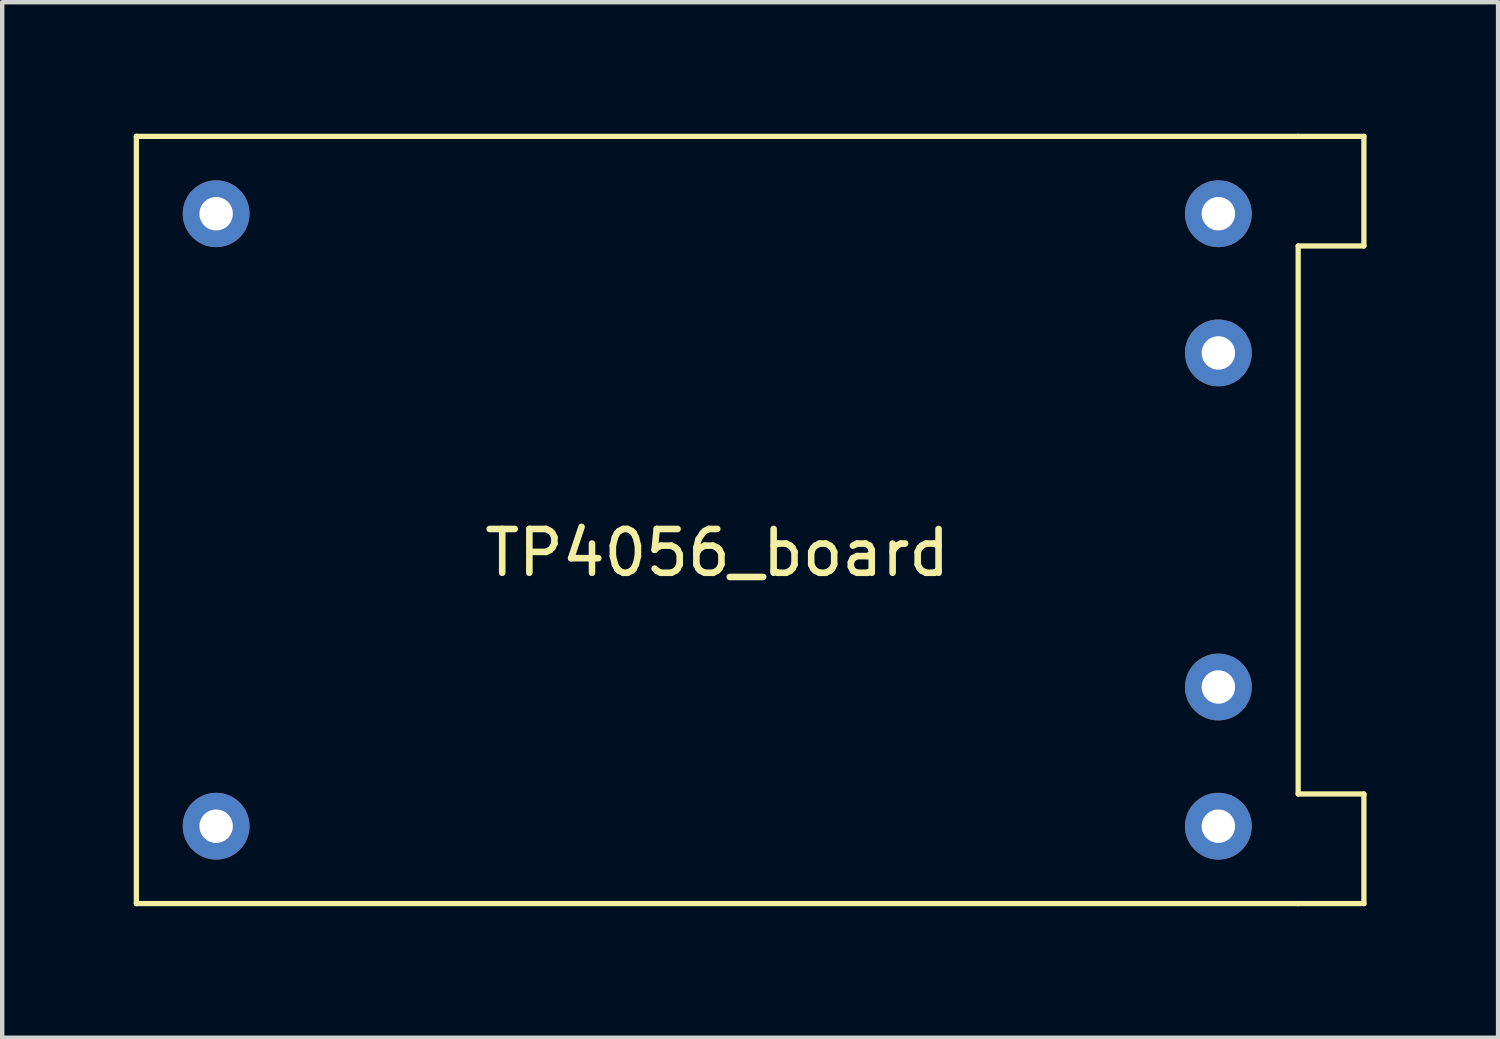
<source format=kicad_pcb>
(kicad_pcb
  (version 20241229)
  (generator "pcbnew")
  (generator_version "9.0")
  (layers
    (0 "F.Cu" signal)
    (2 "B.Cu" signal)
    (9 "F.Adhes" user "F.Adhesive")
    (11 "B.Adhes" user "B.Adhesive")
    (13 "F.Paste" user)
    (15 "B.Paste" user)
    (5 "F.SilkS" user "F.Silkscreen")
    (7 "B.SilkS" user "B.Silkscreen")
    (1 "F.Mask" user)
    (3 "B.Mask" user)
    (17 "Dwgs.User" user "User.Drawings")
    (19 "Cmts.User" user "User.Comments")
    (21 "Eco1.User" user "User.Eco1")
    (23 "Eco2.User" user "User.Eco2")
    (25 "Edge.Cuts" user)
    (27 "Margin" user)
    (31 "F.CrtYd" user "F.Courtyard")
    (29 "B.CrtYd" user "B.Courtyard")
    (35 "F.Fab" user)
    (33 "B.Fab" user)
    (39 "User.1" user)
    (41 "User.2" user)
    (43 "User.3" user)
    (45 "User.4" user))
  (footprint "TP4056_board"
    (layer "F.Cu")
    (at 13.31 8.81)
    (property "Reference" "TP4056_board" (at 0 0.75 0) (layer "F.SilkS") (effects (font (size 1 1) (thickness 0.15))))
    (attr through_hole)
    (fp_line (start -13.25 -8.75) (end 13.25 -8.75) (stroke (width 0.12) (type solid)) (layer "F.SilkS"))
    (fp_line (start -13.25 8.75) (end -13.25 -8.75) (stroke (width 0.12) (type solid)) (layer "F.SilkS"))
    (fp_line (start 13.25 -8.75) (end 14.75 -8.75) (stroke (width 0.12) (type solid)) (layer "F.SilkS"))
    (fp_line (start 13.25 -6.25) (end 13.25 6.25) (stroke (width 0.12) (type solid)) (layer "F.SilkS"))
    (fp_line (start 13.25 8.75) (end -13.25 8.75) (stroke (width 0.12) (type solid)) (layer "F.SilkS"))
    (fp_line (start 13.25 8.75) (end 14.75 8.75) (stroke (width 0.12) (type solid)) (layer "F.SilkS"))
    (fp_line (start 14.75 -8.75) (end 14.75 -6.25) (stroke (width 0.12) (type solid)) (layer "F.SilkS"))
    (fp_line (start 14.75 -6.25) (end 13.25 -6.25) (stroke (width 0.12) (type solid)) (layer "F.SilkS"))
    (fp_line (start 14.75 6.25) (end 13.25 6.25) (stroke (width 0.12) (type solid)) (layer "F.SilkS"))
    (fp_line (start 14.75 8.75) (end 14.75 6.25) (stroke (width 0.12) (type solid)) (layer "F.SilkS"))
    (pad "1" thru_hole circle (at -11.43 -6.985) (size 1.524 1.524) (drill 0.762) (layers "*.Cu" "*.Mask"))
    (pad "2" thru_hole circle (at -11.43 6.985) (size 1.524 1.524) (drill 0.762) (layers "*.Cu" "*.Mask"))
    (pad "3" thru_hole circle (at 11.43 -6.985) (size 1.524 1.524) (drill 0.762) (layers "*.Cu" "*.Mask"))
    (pad "4" thru_hole circle (at 11.43 -3.81) (size 1.524 1.524) (drill 0.762) (layers "*.Cu" "*.Mask"))
    (pad "5" thru_hole circle (at 11.43 3.81) (size 1.524 1.524) (drill 0.762) (layers "*.Cu" "*.Mask"))
    (pad "6" thru_hole circle (at 11.43 6.985) (size 1.524 1.524) (drill 0.762) (layers "*.Cu" "*.Mask")))
  (gr_rect
    (start -3 -3)
    (end 31.12 20.62)
    (stroke (width 0.1) (type default))
    (fill no)
    (layer "Edge.Cuts")))
</source>
